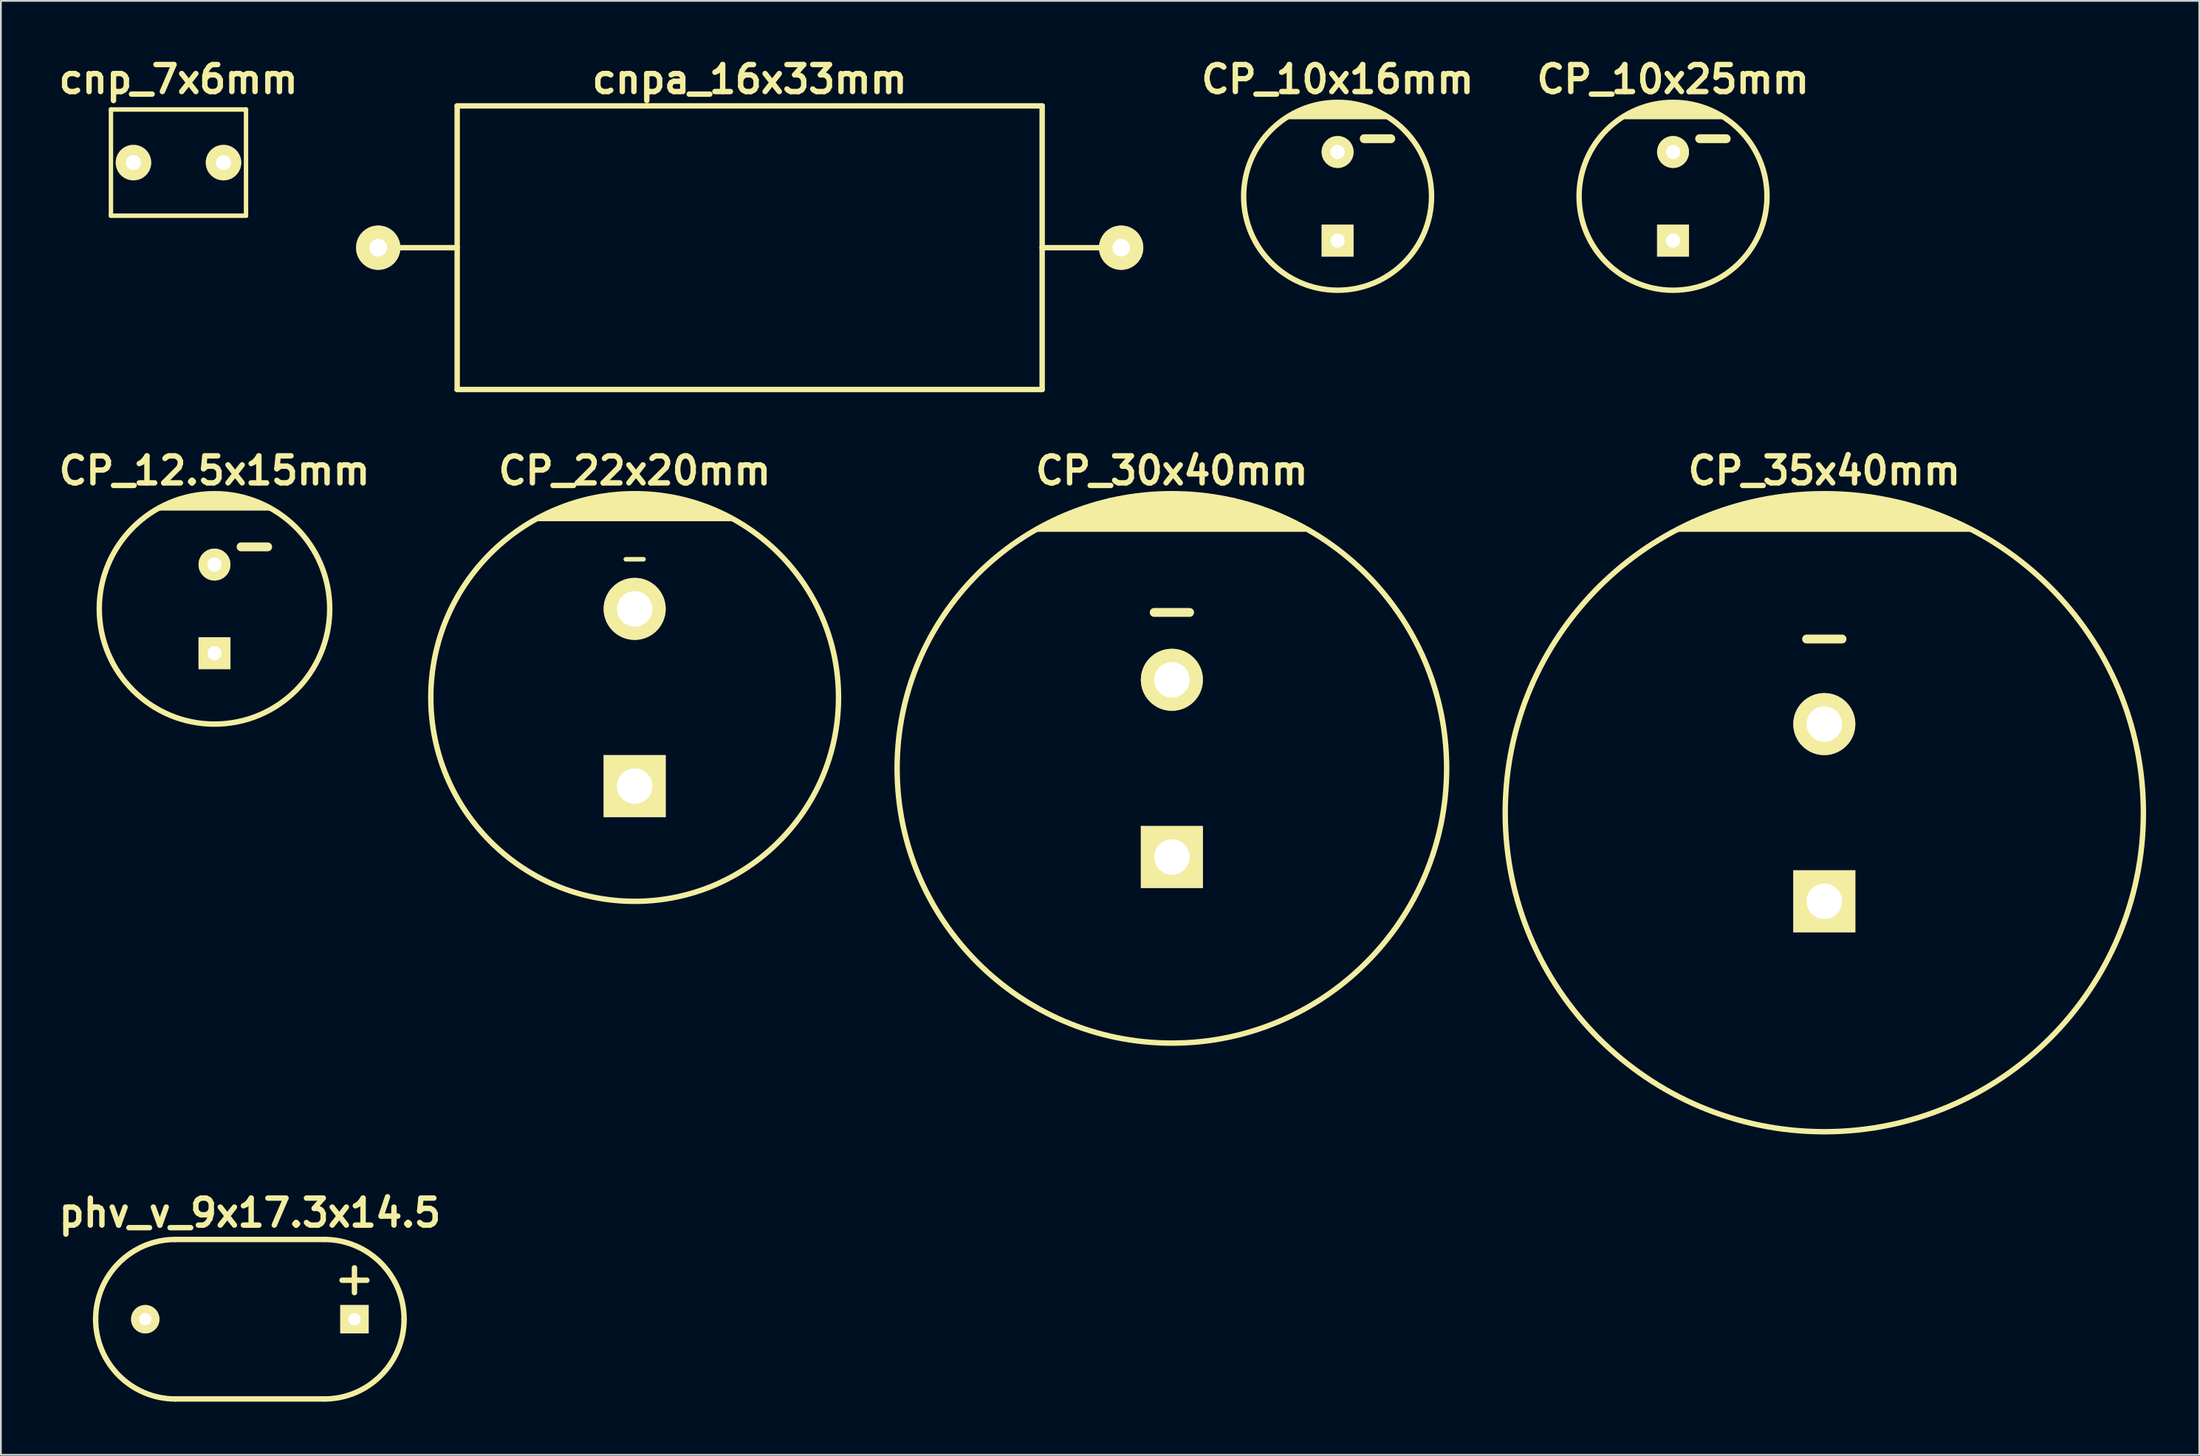
<source format=kicad_pcb>
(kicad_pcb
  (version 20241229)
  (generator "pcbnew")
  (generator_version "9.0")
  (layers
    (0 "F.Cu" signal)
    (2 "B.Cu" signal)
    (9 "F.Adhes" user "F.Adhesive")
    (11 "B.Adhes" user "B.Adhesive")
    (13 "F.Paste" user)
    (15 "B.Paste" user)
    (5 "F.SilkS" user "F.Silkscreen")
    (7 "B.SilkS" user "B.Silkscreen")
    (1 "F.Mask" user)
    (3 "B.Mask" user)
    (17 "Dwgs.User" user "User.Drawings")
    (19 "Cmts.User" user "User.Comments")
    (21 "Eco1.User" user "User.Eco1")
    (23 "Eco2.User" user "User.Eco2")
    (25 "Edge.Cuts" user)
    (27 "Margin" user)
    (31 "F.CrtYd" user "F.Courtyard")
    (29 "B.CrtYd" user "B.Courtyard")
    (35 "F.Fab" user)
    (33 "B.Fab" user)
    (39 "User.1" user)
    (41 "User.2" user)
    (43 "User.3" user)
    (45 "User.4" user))
  (footprint "cnp_7x6mm"
    (layer "F.Cu")
    (at 7.018 6.125)
    (property "Reference" "cnp_7x6mm" (at 0 -4.699 0) (layer "F.SilkS") (effects (font (size 1.524 1.524) (thickness 0.305))))
    (attr through_hole)
    (fp_line (start -3.81 -2.997) (end 3.81 -2.997) (stroke (width 0.254) (type solid)) (layer "F.SilkS"))
    (fp_line (start -3.81 2.997) (end -3.81 -2.997) (stroke (width 0.249) (type solid)) (layer "F.SilkS"))
    (fp_line (start 3.81 -2.997) (end 3.81 2.997) (stroke (width 0.249) (type solid)) (layer "F.SilkS"))
    (fp_line (start 3.81 2.997) (end -3.81 2.997) (stroke (width 0.254) (type solid)) (layer "F.SilkS"))
    (pad "1" thru_hole circle (at -2.54 0) (size 1.999 1.999) (drill 0.848) (layers "*.Cu" "*.Mask" "F.SilkS"))
    (pad "2" thru_hole circle (at 2.54 0) (size 1.999 1.999) (drill 0.848) (layers "*.Cu" "*.Mask" "F.SilkS")))
  (footprint "phv_v_9x17.3x14.5"
    (layer "F.Cu")
    (at 11.045 71.385)
    (property "Reference" "phv_v_9x17.3x14.5" (at 0 -6 0) (layer "F.SilkS") (effects (font (size 1.524 1.524) (thickness 0.305))))
    (attr through_hole)
    (fp_line (start -4.2 4.5) (end 4.2 4.5) (stroke (width 0.305) (type solid)) (layer "F.SilkS"))
    (fp_line (start 4.2 -4.5) (end -4.2 -4.5) (stroke (width 0.305) (type solid)) (layer "F.SilkS"))
    (fp_line (start 5.2 -2.2) (end 6.6 -2.2) (stroke (width 0.305) (type solid)) (layer "F.SilkS"))
    (fp_line (start 5.9 -1.5) (end 5.9 -2.9) (stroke (width 0.305) (type solid)) (layer "F.SilkS"))
    (fp_arc (start -8.7 0) (mid -7.381981 -3.181981) (end -4.2 -4.5) (stroke (width 0.3048) (type solid)) (layer "F.SilkS"))
    (fp_arc (start -4.2 4.5) (mid -7.381981 3.181981) (end -8.7 0) (stroke (width 0.3048) (type solid)) (layer "F.SilkS"))
    (fp_arc (start 4.2 -4.5) (mid 7.381981 -3.181981) (end 8.7 0) (stroke (width 0.3048) (type solid)) (layer "F.SilkS"))
    (fp_arc (start 8.7 0) (mid 7.381981 3.181981) (end 4.2 4.5) (stroke (width 0.3048) (type solid)) (layer "F.SilkS"))
    (pad "1" thru_hole rect (at 5.9 0) (size 1.6 1.6) (drill 0.7) (layers "*.Cu" "*.Mask" "F.SilkS"))
    (pad "2" thru_hole circle (at -5.9 0) (size 1.6 1.6) (drill 0.7) (layers "*.Cu" "*.Mask" "F.SilkS")))
  (footprint "cnpa_16x33mm"
    (layer "F.Cu")
    (at 39.24 10.926)
    (property "Reference" "cnpa_16x33mm" (at 0 -9.5 0) (layer "F.SilkS") (effects (font (size 1.524 1.524) (thickness 0.305))))
    (attr through_hole)
    (fp_line (start -16.5 -8.001) (end 16.5 -8.001) (stroke (width 0.305) (type solid)) (layer "F.SilkS"))
    (fp_line (start -16.5 0) (end -21.001 0) (stroke (width 0.305) (type solid)) (layer "F.SilkS"))
    (fp_line (start -16.5 8.001) (end -16.5 -8.001) (stroke (width 0.305) (type solid)) (layer "F.SilkS"))
    (fp_line (start 16.5 -8.001) (end 16.5 8.001) (stroke (width 0.305) (type solid)) (layer "F.SilkS"))
    (fp_line (start 16.5 8.001) (end -16.5 8.001) (stroke (width 0.305) (type solid)) (layer "F.SilkS"))
    (fp_line (start 20.998 0) (end 16.497 0) (stroke (width 0.305) (type solid)) (layer "F.SilkS"))
    (pad "1" thru_hole circle (at 20.955 0) (size 2.499 2.499) (drill 0.996) (layers "*.Cu" "*.Mask" "F.SilkS"))
    (pad "2" thru_hole circle (at -20.955 0) (size 2.499 2.499) (drill 0.996) (layers "*.Cu" "*.Mask" "F.SilkS")))
  (footprint "CP_35x40mm"
    (layer "F.Cu")
    (at 99.861 42.806)
    (property "Reference" "CP_35x40mm" (at 0 -19.3 0) (layer "F.SilkS") (effects (font (size 1.524 1.524) (thickness 0.305))))
    (attr through_hole)
    (fp_line (start -8.2 -16) (end 8.2 -16) (stroke (width 0.305) (type solid)) (layer "F.SilkS"))
    (fp_line (start -7.8 -16.2) (end 7.8 -16.2) (stroke (width 0.305) (type solid)) (layer "F.SilkS"))
    (fp_line (start -7.4 -16.4) (end 7.4 -16.4) (stroke (width 0.305) (type solid)) (layer "F.SilkS"))
    (fp_line (start -6.9 -16.6) (end 6.9 -16.6) (stroke (width 0.305) (type solid)) (layer "F.SilkS"))
    (fp_line (start -6.4 -16.8) (end 6.4 -16.8) (stroke (width 0.305) (type solid)) (layer "F.SilkS"))
    (fp_line (start -5.9 -17) (end 5.9 -17) (stroke (width 0.305) (type solid)) (layer "F.SilkS"))
    (fp_line (start -5.2 -17.2) (end 5.2 -17.2) (stroke (width 0.305) (type solid)) (layer "F.SilkS"))
    (fp_line (start -4.6 -17.4) (end 4.6 -17.4) (stroke (width 0.305) (type solid)) (layer "F.SilkS"))
    (fp_line (start -3.7 -17.6) (end 3.7 -17.6) (stroke (width 0.305) (type solid)) (layer "F.SilkS"))
    (fp_line (start -2.6 -17.8) (end 2.6 -17.8) (stroke (width 0.305) (type solid)) (layer "F.SilkS"))
    (fp_line (start -1 -9.8) (end 1 -9.8) (stroke (width 0.5) (type solid)) (layer "F.SilkS"))
    (fp_circle (center 0 0) (end -18 0) (stroke (width 0.305) (type solid)) (fill no) (layer "F.SilkS"))
    (pad "1" thru_hole rect (at 0 5) (size 3.5 3.5) (drill 2) (layers "*.Cu" "*.Mask" "F.SilkS"))
    (pad "2" thru_hole circle (at 0 -5) (size 3.5 3.5) (drill 2) (layers "*.Cu" "*.Mask" "F.SilkS")))
  (footprint "CP_30x40mm"
    (layer "F.Cu")
    (at 63.057 40.306)
    (property "Reference" "CP_30x40mm" (at 0 -16.8 0) (layer "F.SilkS") (effects (font (size 1.524 1.524) (thickness 0.305))))
    (attr through_hole)
    (fp_line (start -7.6 -13.5) (end 7.5 -13.5) (stroke (width 0.305) (type solid)) (layer "F.SilkS"))
    (fp_line (start -6.8 -13.9) (end 6.8 -13.9) (stroke (width 0.305) (type solid)) (layer "F.SilkS"))
    (fp_line (start -6.4 -14.1) (end 6.4 -14.1) (stroke (width 0.305) (type solid)) (layer "F.SilkS"))
    (fp_line (start -5.4 -14.5) (end 5.4 -14.5) (stroke (width 0.305) (type solid)) (layer "F.SilkS"))
    (fp_line (start -4.9 -14.7) (end 4.9 -14.7) (stroke (width 0.305) (type solid)) (layer "F.SilkS"))
    (fp_line (start -4.2 -14.9) (end 4.2 -14.9) (stroke (width 0.305) (type solid)) (layer "F.SilkS"))
    (fp_line (start -3.5 -15.1) (end 3.5 -15.1) (stroke (width 0.305) (type solid)) (layer "F.SilkS"))
    (fp_line (start -2.4 -15.3) (end 2.4 -15.3) (stroke (width 0.305) (type solid)) (layer "F.SilkS"))
    (fp_line (start -1 -8.8) (end 1 -8.8) (stroke (width 0.5) (type solid)) (layer "F.SilkS"))
    (fp_line (start 5.9 -14.3) (end -5.9 -14.3) (stroke (width 0.305) (type solid)) (layer "F.SilkS"))
    (fp_line (start 7.2 -13.7) (end -7.2 -13.7) (stroke (width 0.305) (type solid)) (layer "F.SilkS"))
    (fp_circle (center 0 0) (end -15.5 0) (stroke (width 0.305) (type solid)) (fill no) (layer "F.SilkS"))
    (pad "1" thru_hole rect (at 0 5) (size 3.5 3.5) (drill 2) (layers "*.Cu" "*.Mask" "F.SilkS"))
    (pad "2" thru_hole circle (at 0 -5) (size 3.5 3.5) (drill 2) (layers "*.Cu" "*.Mask" "F.SilkS")))
  (footprint "CP_22x20mm"
    (layer "F.Cu")
    (at 32.752 36.306)
    (property "Reference" "CP_22x20mm" (at 0 -12.8 0) (layer "F.SilkS") (effects (font (size 1.524 1.524) (thickness 0.305))))
    (attr through_hole)
    (fp_line (start -5.4 -10.1) (end 5.4 -10.1) (stroke (width 0.305) (type solid)) (layer "F.SilkS"))
    (fp_line (start -4.5 -10.5) (end 4.5 -10.5) (stroke (width 0.305) (type solid)) (layer "F.SilkS"))
    (fp_line (start -3.5 -10.9) (end 3.5 -10.9) (stroke (width 0.305) (type solid)) (layer "F.SilkS"))
    (fp_line (start -2.9 -11.1) (end 2.9 -11.1) (stroke (width 0.305) (type solid)) (layer "F.SilkS"))
    (fp_line (start -2 -11.3) (end 2 -11.3) (stroke (width 0.305) (type solid)) (layer "F.SilkS"))
    (fp_line (start -0.5 -7.8) (end 0.5 -7.8) (stroke (width 0.254) (type solid)) (layer "F.SilkS"))
    (fp_line (start 4.1 -10.7) (end -4.1 -10.7) (stroke (width 0.305) (type solid)) (layer "F.SilkS"))
    (fp_line (start 5 -10.3) (end -5 -10.3) (stroke (width 0.305) (type solid)) (layer "F.SilkS"))
    (fp_circle (center 0 0) (end -11.5 0) (stroke (width 0.305) (type solid)) (fill no) (layer "F.SilkS"))
    (pad "1" thru_hole rect (at 0 5) (size 3.5 3.5) (drill 2) (layers "*.Cu" "*.Mask" "F.SilkS"))
    (pad "2" thru_hole circle (at 0 -5) (size 3.5 3.5) (drill 2) (layers "*.Cu" "*.Mask" "F.SilkS")))
  (footprint "CP_10x25mm"
    (layer "F.Cu")
    (at 91.328 8.026)
    (property "Reference" "CP_10x25mm" (at 0 -6.6 0) (layer "F.SilkS") (effects (font (size 1.524 1.524) (thickness 0.305))))
    (attr through_hole)
    (fp_line (start -2.7 -4.5) (end 2.7 -4.5) (stroke (width 0.305) (type solid)) (layer "F.SilkS"))
    (fp_line (start -1.3 -5.1) (end 1.3 -5.1) (stroke (width 0.305) (type solid)) (layer "F.SilkS"))
    (fp_line (start 1.5 -3.25) (end 3 -3.25) (stroke (width 0.5) (type solid)) (layer "F.SilkS"))
    (fp_line (start 1.9 -4.9) (end -1.9 -4.9) (stroke (width 0.305) (type solid)) (layer "F.SilkS"))
    (fp_line (start 2.3 -4.7) (end -2.3 -4.7) (stroke (width 0.305) (type solid)) (layer "F.SilkS"))
    (fp_circle (center 0 0) (end -5.3 0) (stroke (width 0.305) (type solid)) (fill no) (layer "F.SilkS"))
    (pad "1" thru_hole rect (at 0 2.5) (size 1.8 1.8) (drill 0.8) (layers "*.Cu" "*.Mask" "F.SilkS"))
    (pad "2" thru_hole circle (at 0 -2.5) (size 1.8 1.8) (drill 0.8) (layers "*.Cu" "*.Mask" "F.SilkS")))
  (footprint "CP_10x16mm"
    (layer "F.Cu")
    (at 72.406 8.026)
    (property "Reference" "CP_10x16mm" (at 0 -6.6 0) (layer "F.SilkS") (effects (font (size 1.524 1.524) (thickness 0.305))))
    (attr through_hole)
    (fp_line (start -2.7 -4.5) (end 2.7 -4.5) (stroke (width 0.305) (type solid)) (layer "F.SilkS"))
    (fp_line (start -1.3 -5.1) (end 1.3 -5.1) (stroke (width 0.305) (type solid)) (layer "F.SilkS"))
    (fp_line (start 1.5 -3.25) (end 3 -3.25) (stroke (width 0.5) (type solid)) (layer "F.SilkS"))
    (fp_line (start 1.9 -4.9) (end -1.9 -4.9) (stroke (width 0.305) (type solid)) (layer "F.SilkS"))
    (fp_line (start 2.3 -4.7) (end -2.3 -4.7) (stroke (width 0.305) (type solid)) (layer "F.SilkS"))
    (fp_circle (center 0 0) (end -5.3 0) (stroke (width 0.305) (type solid)) (fill no) (layer "F.SilkS"))
    (pad "1" thru_hole rect (at 0 2.5) (size 1.8 1.8) (drill 0.8) (layers "*.Cu" "*.Mask" "F.SilkS"))
    (pad "2" thru_hole circle (at 0 -2.5) (size 1.8 1.8) (drill 0.8) (layers "*.Cu" "*.Mask" "F.SilkS")))
  (footprint "CP_12.5x15mm"
    (layer "F.Cu")
    (at 9.05 31.306)
    (property "Reference" "CP_12.5x15mm" (at 0 -7.8 0) (layer "F.SilkS") (effects (font (size 1.524 1.524) (thickness 0.305))))
    (attr through_hole)
    (fp_line (start -3.1 -5.7) (end 3.1 -5.7) (stroke (width 0.305) (type solid)) (layer "F.SilkS"))
    (fp_line (start -1.4 -6.3) (end 1.4 -6.3) (stroke (width 0.305) (type solid)) (layer "F.SilkS"))
    (fp_line (start 1.5 -3.5) (end 3 -3.5) (stroke (width 0.5) (type solid)) (layer "F.SilkS"))
    (fp_line (start 2 -6.1) (end -2 -6.1) (stroke (width 0.305) (type solid)) (layer "F.SilkS"))
    (fp_line (start 2.4 -5.9) (end -2.4 -5.9) (stroke (width 0.305) (type solid)) (layer "F.SilkS"))
    (fp_circle (center 0 0) (end -6.5 0) (stroke (width 0.305) (type solid)) (fill no) (layer "F.SilkS"))
    (pad "1" thru_hole rect (at 0 2.5) (size 1.8 1.8) (drill 0.8) (layers "*.Cu" "*.Mask" "F.SilkS"))
    (pad "2" thru_hole circle (at 0 -2.5) (size 1.8 1.8) (drill 0.8) (layers "*.Cu" "*.Mask" "F.SilkS")))
  (gr_rect
    (start -3 -3)
    (end 121.014 79.037)
    (stroke (width 0.1) (type default))
    (fill no)
    (layer "Edge.Cuts")))
</source>
